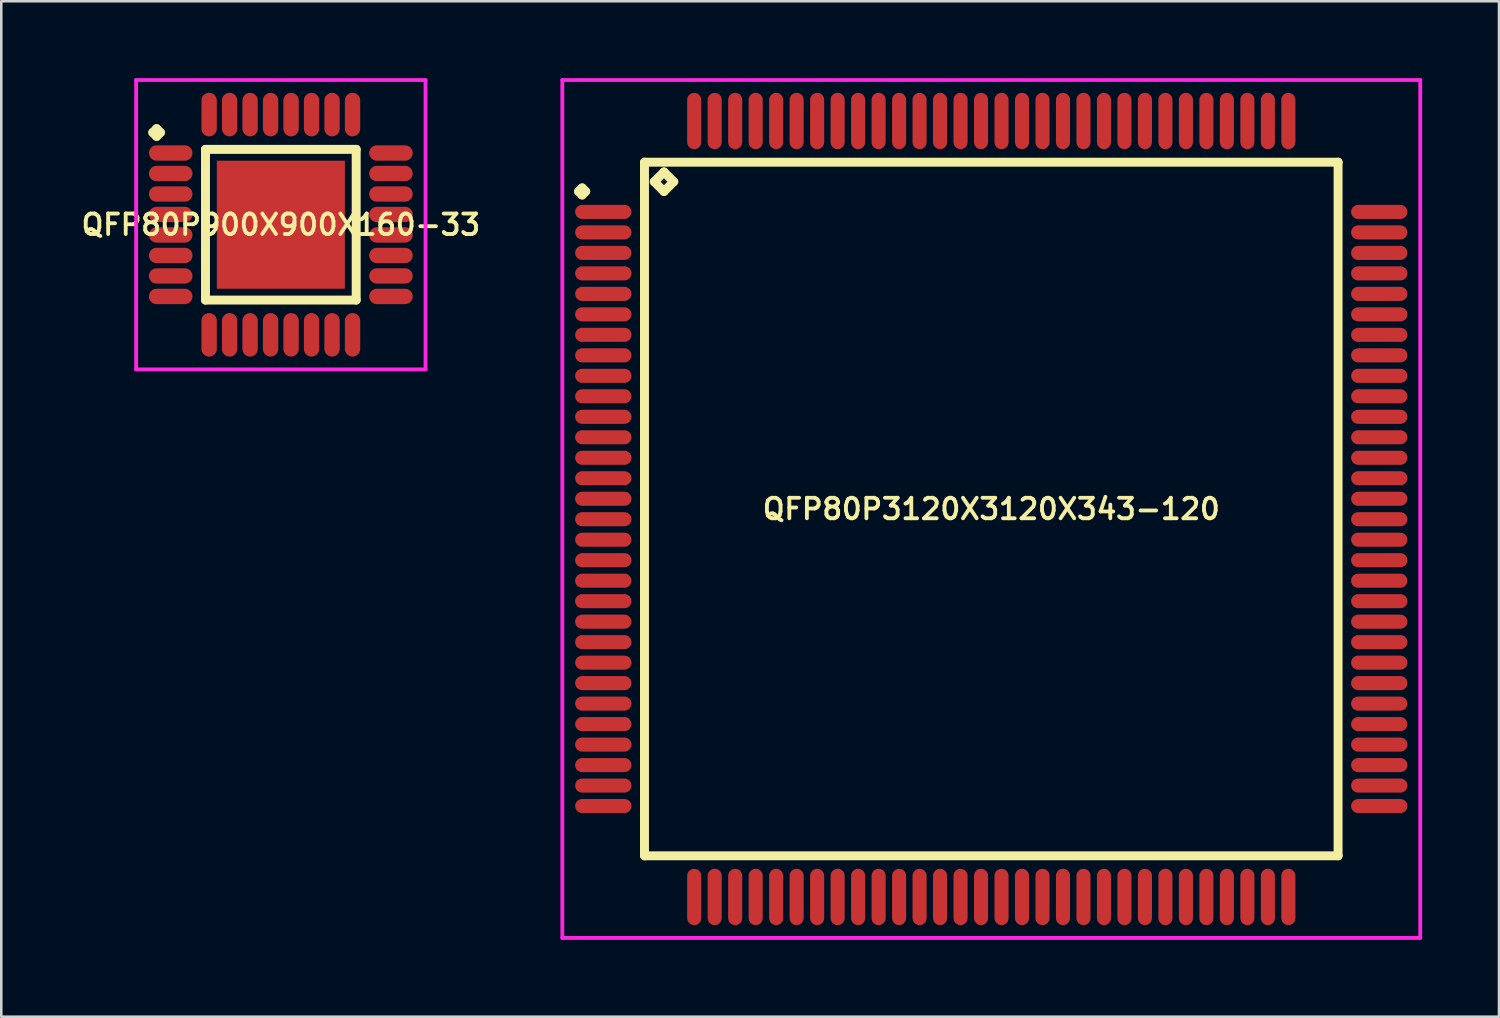
<source format=kicad_pcb>
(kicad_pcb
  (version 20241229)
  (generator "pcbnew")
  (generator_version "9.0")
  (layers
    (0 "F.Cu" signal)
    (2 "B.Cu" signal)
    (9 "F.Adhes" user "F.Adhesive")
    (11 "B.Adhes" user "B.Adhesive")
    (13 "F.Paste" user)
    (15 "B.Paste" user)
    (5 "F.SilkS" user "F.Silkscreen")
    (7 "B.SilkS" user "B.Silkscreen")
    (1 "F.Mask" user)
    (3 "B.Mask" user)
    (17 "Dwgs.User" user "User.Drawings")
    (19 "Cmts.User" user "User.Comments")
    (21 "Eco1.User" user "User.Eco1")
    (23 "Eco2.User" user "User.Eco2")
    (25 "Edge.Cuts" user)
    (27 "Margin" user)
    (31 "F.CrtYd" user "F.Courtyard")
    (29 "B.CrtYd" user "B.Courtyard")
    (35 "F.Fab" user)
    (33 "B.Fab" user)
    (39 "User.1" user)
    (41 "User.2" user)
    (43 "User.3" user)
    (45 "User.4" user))
  (footprint "QFP80P3120X3120X343-120"
    (layer "F.Cu")
    (at 35.658 16.825)
    (property "Reference" "QFP80P3120X3120X343-120" (at 0 0 0) (layer "F.SilkS") (effects (font (size 0.8 0.8) (thickness 0.15))))
    (attr smd)
    (fp_line (start -16.113 -12.4) (end -15.975 -12.537) (stroke (width 0.35) (type solid)) (layer "F.SilkS"))
    (fp_line (start -15.975 -12.537) (end -15.838 -12.4) (stroke (width 0.35) (type solid)) (layer "F.SilkS"))
    (fp_line (start -15.975 -12.262) (end -16.113 -12.4) (stroke (width 0.35) (type solid)) (layer "F.SilkS"))
    (fp_line (start -15.838 -12.4) (end -15.975 -12.262) (stroke (width 0.35) (type solid)) (layer "F.SilkS"))
    (fp_line (start -13.542 -13.542) (end -13.542 13.542) (stroke (width 0.35) (type solid)) (layer "F.SilkS"))
    (fp_line (start -13.542 13.542) (end 13.542 13.542) (stroke (width 0.35) (type solid)) (layer "F.SilkS"))
    (fp_line (start -13.161 -12.78) (end -12.78 -13.161) (stroke (width 0.35) (type solid)) (layer "F.SilkS"))
    (fp_line (start -12.78 -13.161) (end -12.399 -12.78) (stroke (width 0.35) (type solid)) (layer "F.SilkS"))
    (fp_line (start -12.78 -12.399) (end -13.161 -12.78) (stroke (width 0.35) (type solid)) (layer "F.SilkS"))
    (fp_line (start -12.399 -12.78) (end -12.78 -12.399) (stroke (width 0.35) (type solid)) (layer "F.SilkS"))
    (fp_line (start 13.542 -13.542) (end -13.542 -13.542) (stroke (width 0.35) (type solid)) (layer "F.SilkS"))
    (fp_line (start 13.542 13.542) (end 13.542 -13.542) (stroke (width 0.35) (type solid)) (layer "F.SilkS"))
    (fp_line (start -16.75 -16.75) (end 16.75 -16.75) (stroke (width 0.15) (type solid)) (layer "F.CrtYd"))
    (fp_line (start -16.75 16.75) (end -16.75 -16.75) (stroke (width 0.15) (type solid)) (layer "F.CrtYd"))
    (fp_line (start 16.75 -16.75) (end 16.75 16.75) (stroke (width 0.15) (type solid)) (layer "F.CrtYd"))
    (fp_line (start 16.75 16.75) (end -16.75 16.75) (stroke (width 0.15) (type solid)) (layer "F.CrtYd"))
    (pad "1" smd oval (at -15.15 -11.6) (size 2.2 0.55) (layers "F.Cu" "F.Mask" "F.Paste"))
    (pad "2" smd oval (at -15.15 -10.8) (size 2.2 0.55) (layers "F.Cu" "F.Mask" "F.Paste"))
    (pad "3" smd oval (at -15.15 -10) (size 2.2 0.55) (layers "F.Cu" "F.Mask" "F.Paste"))
    (pad "4" smd oval (at -15.15 -9.2) (size 2.2 0.55) (layers "F.Cu" "F.Mask" "F.Paste"))
    (pad "5" smd oval (at -15.15 -8.4) (size 2.2 0.55) (layers "F.Cu" "F.Mask" "F.Paste"))
    (pad "6" smd oval (at -15.15 -7.6) (size 2.2 0.55) (layers "F.Cu" "F.Mask" "F.Paste"))
    (pad "7" smd oval (at -15.15 -6.8) (size 2.2 0.55) (layers "F.Cu" "F.Mask" "F.Paste"))
    (pad "8" smd oval (at -15.15 -6) (size 2.2 0.55) (layers "F.Cu" "F.Mask" "F.Paste"))
    (pad "9" smd oval (at -15.15 -5.2) (size 2.2 0.55) (layers "F.Cu" "F.Mask" "F.Paste"))
    (pad "10" smd oval (at -15.15 -4.4) (size 2.2 0.55) (layers "F.Cu" "F.Mask" "F.Paste"))
    (pad "11" smd oval (at -15.15 -3.6) (size 2.2 0.55) (layers "F.Cu" "F.Mask" "F.Paste"))
    (pad "12" smd oval (at -15.15 -2.8) (size 2.2 0.55) (layers "F.Cu" "F.Mask" "F.Paste"))
    (pad "13" smd oval (at -15.15 -2) (size 2.2 0.55) (layers "F.Cu" "F.Mask" "F.Paste"))
    (pad "14" smd oval (at -15.15 -1.2) (size 2.2 0.55) (layers "F.Cu" "F.Mask" "F.Paste"))
    (pad "15" smd oval (at -15.15 -0.4) (size 2.2 0.55) (layers "F.Cu" "F.Mask" "F.Paste"))
    (pad "16" smd oval (at -15.15 0.4) (size 2.2 0.55) (layers "F.Cu" "F.Mask" "F.Paste"))
    (pad "17" smd oval (at -15.15 1.2) (size 2.2 0.55) (layers "F.Cu" "F.Mask" "F.Paste"))
    (pad "18" smd oval (at -15.15 2) (size 2.2 0.55) (layers "F.Cu" "F.Mask" "F.Paste"))
    (pad "19" smd oval (at -15.15 2.8) (size 2.2 0.55) (layers "F.Cu" "F.Mask" "F.Paste"))
    (pad "20" smd oval (at -15.15 3.6) (size 2.2 0.55) (layers "F.Cu" "F.Mask" "F.Paste"))
    (pad "21" smd oval (at -15.15 4.4) (size 2.2 0.55) (layers "F.Cu" "F.Mask" "F.Paste"))
    (pad "22" smd oval (at -15.15 5.2) (size 2.2 0.55) (layers "F.Cu" "F.Mask" "F.Paste"))
    (pad "23" smd oval (at -15.15 6) (size 2.2 0.55) (layers "F.Cu" "F.Mask" "F.Paste"))
    (pad "24" smd oval (at -15.15 6.8) (size 2.2 0.55) (layers "F.Cu" "F.Mask" "F.Paste"))
    (pad "25" smd oval (at -15.15 7.6) (size 2.2 0.55) (layers "F.Cu" "F.Mask" "F.Paste"))
    (pad "26" smd oval (at -15.15 8.4) (size 2.2 0.55) (layers "F.Cu" "F.Mask" "F.Paste"))
    (pad "27" smd oval (at -15.15 9.2) (size 2.2 0.55) (layers "F.Cu" "F.Mask" "F.Paste"))
    (pad "28" smd oval (at -15.15 10) (size 2.2 0.55) (layers "F.Cu" "F.Mask" "F.Paste"))
    (pad "29" smd oval (at -15.15 10.8) (size 2.2 0.55) (layers "F.Cu" "F.Mask" "F.Paste"))
    (pad "30" smd oval (at -15.15 11.6) (size 2.2 0.55) (layers "F.Cu" "F.Mask" "F.Paste"))
    (pad "31" smd oval (at -11.6 15.15) (size 0.55 2.2) (layers "F.Cu" "F.Mask" "F.Paste"))
    (pad "32" smd oval (at -10.8 15.15) (size 0.55 2.2) (layers "F.Cu" "F.Mask" "F.Paste"))
    (pad "33" smd oval (at -10 15.15) (size 0.55 2.2) (layers "F.Cu" "F.Mask" "F.Paste"))
    (pad "34" smd oval (at -9.2 15.15) (size 0.55 2.2) (layers "F.Cu" "F.Mask" "F.Paste"))
    (pad "35" smd oval (at -8.4 15.15) (size 0.55 2.2) (layers "F.Cu" "F.Mask" "F.Paste"))
    (pad "36" smd oval (at -7.6 15.15) (size 0.55 2.2) (layers "F.Cu" "F.Mask" "F.Paste"))
    (pad "37" smd oval (at -6.8 15.15) (size 0.55 2.2) (layers "F.Cu" "F.Mask" "F.Paste"))
    (pad "38" smd oval (at -6 15.15) (size 0.55 2.2) (layers "F.Cu" "F.Mask" "F.Paste"))
    (pad "39" smd oval (at -5.2 15.15) (size 0.55 2.2) (layers "F.Cu" "F.Mask" "F.Paste"))
    (pad "40" smd oval (at -4.4 15.15) (size 0.55 2.2) (layers "F.Cu" "F.Mask" "F.Paste"))
    (pad "41" smd oval (at -3.6 15.15) (size 0.55 2.2) (layers "F.Cu" "F.Mask" "F.Paste"))
    (pad "42" smd oval (at -2.8 15.15) (size 0.55 2.2) (layers "F.Cu" "F.Mask" "F.Paste"))
    (pad "43" smd oval (at -2 15.15) (size 0.55 2.2) (layers "F.Cu" "F.Mask" "F.Paste"))
    (pad "44" smd oval (at -1.2 15.15) (size 0.55 2.2) (layers "F.Cu" "F.Mask" "F.Paste"))
    (pad "45" smd oval (at -0.4 15.15) (size 0.55 2.2) (layers "F.Cu" "F.Mask" "F.Paste"))
    (pad "46" smd oval (at 0.4 15.15) (size 0.55 2.2) (layers "F.Cu" "F.Mask" "F.Paste"))
    (pad "47" smd oval (at 1.2 15.15) (size 0.55 2.2) (layers "F.Cu" "F.Mask" "F.Paste"))
    (pad "48" smd oval (at 2 15.15) (size 0.55 2.2) (layers "F.Cu" "F.Mask" "F.Paste"))
    (pad "49" smd oval (at 2.8 15.15) (size 0.55 2.2) (layers "F.Cu" "F.Mask" "F.Paste"))
    (pad "50" smd oval (at 3.6 15.15) (size 0.55 2.2) (layers "F.Cu" "F.Mask" "F.Paste"))
    (pad "51" smd oval (at 4.4 15.15) (size 0.55 2.2) (layers "F.Cu" "F.Mask" "F.Paste"))
    (pad "52" smd oval (at 5.2 15.15) (size 0.55 2.2) (layers "F.Cu" "F.Mask" "F.Paste"))
    (pad "53" smd oval (at 6 15.15) (size 0.55 2.2) (layers "F.Cu" "F.Mask" "F.Paste"))
    (pad "54" smd oval (at 6.8 15.15) (size 0.55 2.2) (layers "F.Cu" "F.Mask" "F.Paste"))
    (pad "55" smd oval (at 7.6 15.15) (size 0.55 2.2) (layers "F.Cu" "F.Mask" "F.Paste"))
    (pad "56" smd oval (at 8.4 15.15) (size 0.55 2.2) (layers "F.Cu" "F.Mask" "F.Paste"))
    (pad "57" smd oval (at 9.2 15.15) (size 0.55 2.2) (layers "F.Cu" "F.Mask" "F.Paste"))
    (pad "58" smd oval (at 10 15.15) (size 0.55 2.2) (layers "F.Cu" "F.Mask" "F.Paste"))
    (pad "59" smd oval (at 10.8 15.15) (size 0.55 2.2) (layers "F.Cu" "F.Mask" "F.Paste"))
    (pad "60" smd oval (at 11.6 15.15) (size 0.55 2.2) (layers "F.Cu" "F.Mask" "F.Paste"))
    (pad "61" smd oval (at 15.15 11.6) (size 2.2 0.55) (layers "F.Cu" "F.Mask" "F.Paste"))
    (pad "62" smd oval (at 15.15 10.8) (size 2.2 0.55) (layers "F.Cu" "F.Mask" "F.Paste"))
    (pad "63" smd oval (at 15.15 10) (size 2.2 0.55) (layers "F.Cu" "F.Mask" "F.Paste"))
    (pad "64" smd oval (at 15.15 9.2) (size 2.2 0.55) (layers "F.Cu" "F.Mask" "F.Paste"))
    (pad "65" smd oval (at 15.15 8.4) (size 2.2 0.55) (layers "F.Cu" "F.Mask" "F.Paste"))
    (pad "66" smd oval (at 15.15 7.6) (size 2.2 0.55) (layers "F.Cu" "F.Mask" "F.Paste"))
    (pad "67" smd oval (at 15.15 6.8) (size 2.2 0.55) (layers "F.Cu" "F.Mask" "F.Paste"))
    (pad "68" smd oval (at 15.15 6) (size 2.2 0.55) (layers "F.Cu" "F.Mask" "F.Paste"))
    (pad "69" smd oval (at 15.15 5.2) (size 2.2 0.55) (layers "F.Cu" "F.Mask" "F.Paste"))
    (pad "70" smd oval (at 15.15 4.4) (size 2.2 0.55) (layers "F.Cu" "F.Mask" "F.Paste"))
    (pad "71" smd oval (at 15.15 3.6) (size 2.2 0.55) (layers "F.Cu" "F.Mask" "F.Paste"))
    (pad "72" smd oval (at 15.15 2.8) (size 2.2 0.55) (layers "F.Cu" "F.Mask" "F.Paste"))
    (pad "73" smd oval (at 15.15 2) (size 2.2 0.55) (layers "F.Cu" "F.Mask" "F.Paste"))
    (pad "74" smd oval (at 15.15 1.2) (size 2.2 0.55) (layers "F.Cu" "F.Mask" "F.Paste"))
    (pad "75" smd oval (at 15.15 0.4) (size 2.2 0.55) (layers "F.Cu" "F.Mask" "F.Paste"))
    (pad "76" smd oval (at 15.15 -0.4) (size 2.2 0.55) (layers "F.Cu" "F.Mask" "F.Paste"))
    (pad "77" smd oval (at 15.15 -1.2) (size 2.2 0.55) (layers "F.Cu" "F.Mask" "F.Paste"))
    (pad "78" smd oval (at 15.15 -2) (size 2.2 0.55) (layers "F.Cu" "F.Mask" "F.Paste"))
    (pad "79" smd oval (at 15.15 -2.8) (size 2.2 0.55) (layers "F.Cu" "F.Mask" "F.Paste"))
    (pad "80" smd oval (at 15.15 -3.6) (size 2.2 0.55) (layers "F.Cu" "F.Mask" "F.Paste"))
    (pad "81" smd oval (at 15.15 -4.4) (size 2.2 0.55) (layers "F.Cu" "F.Mask" "F.Paste"))
    (pad "82" smd oval (at 15.15 -5.2) (size 2.2 0.55) (layers "F.Cu" "F.Mask" "F.Paste"))
    (pad "83" smd oval (at 15.15 -6) (size 2.2 0.55) (layers "F.Cu" "F.Mask" "F.Paste"))
    (pad "84" smd oval (at 15.15 -6.8) (size 2.2 0.55) (layers "F.Cu" "F.Mask" "F.Paste"))
    (pad "85" smd oval (at 15.15 -7.6) (size 2.2 0.55) (layers "F.Cu" "F.Mask" "F.Paste"))
    (pad "86" smd oval (at 15.15 -8.4) (size 2.2 0.55) (layers "F.Cu" "F.Mask" "F.Paste"))
    (pad "87" smd oval (at 15.15 -9.2) (size 2.2 0.55) (layers "F.Cu" "F.Mask" "F.Paste"))
    (pad "88" smd oval (at 15.15 -10) (size 2.2 0.55) (layers "F.Cu" "F.Mask" "F.Paste"))
    (pad "89" smd oval (at 15.15 -10.8) (size 2.2 0.55) (layers "F.Cu" "F.Mask" "F.Paste"))
    (pad "90" smd oval (at 15.15 -11.6) (size 2.2 0.55) (layers "F.Cu" "F.Mask" "F.Paste"))
    (pad "91" smd oval (at 11.6 -15.15) (size 0.55 2.2) (layers "F.Cu" "F.Mask" "F.Paste"))
    (pad "92" smd oval (at 10.8 -15.15) (size 0.55 2.2) (layers "F.Cu" "F.Mask" "F.Paste"))
    (pad "93" smd oval (at 10 -15.15) (size 0.55 2.2) (layers "F.Cu" "F.Mask" "F.Paste"))
    (pad "94" smd oval (at 9.2 -15.15) (size 0.55 2.2) (layers "F.Cu" "F.Mask" "F.Paste"))
    (pad "95" smd oval (at 8.4 -15.15) (size 0.55 2.2) (layers "F.Cu" "F.Mask" "F.Paste"))
    (pad "96" smd oval (at 7.6 -15.15) (size 0.55 2.2) (layers "F.Cu" "F.Mask" "F.Paste"))
    (pad "97" smd oval (at 6.8 -15.15) (size 0.55 2.2) (layers "F.Cu" "F.Mask" "F.Paste"))
    (pad "98" smd oval (at 6 -15.15) (size 0.55 2.2) (layers "F.Cu" "F.Mask" "F.Paste"))
    (pad "99" smd oval (at 5.2 -15.15) (size 0.55 2.2) (layers "F.Cu" "F.Mask" "F.Paste"))
    (pad "100" smd oval (at 4.4 -15.15) (size 0.55 2.2) (layers "F.Cu" "F.Mask" "F.Paste"))
    (pad "101" smd oval (at 3.6 -15.15) (size 0.55 2.2) (layers "F.Cu" "F.Mask" "F.Paste"))
    (pad "102" smd oval (at 2.8 -15.15) (size 0.55 2.2) (layers "F.Cu" "F.Mask" "F.Paste"))
    (pad "103" smd oval (at 2 -15.15) (size 0.55 2.2) (layers "F.Cu" "F.Mask" "F.Paste"))
    (pad "104" smd oval (at 1.2 -15.15) (size 0.55 2.2) (layers "F.Cu" "F.Mask" "F.Paste"))
    (pad "105" smd oval (at 0.4 -15.15) (size 0.55 2.2) (layers "F.Cu" "F.Mask" "F.Paste"))
    (pad "106" smd oval (at -0.4 -15.15) (size 0.55 2.2) (layers "F.Cu" "F.Mask" "F.Paste"))
    (pad "107" smd oval (at -1.2 -15.15) (size 0.55 2.2) (layers "F.Cu" "F.Mask" "F.Paste"))
    (pad "108" smd oval (at -2 -15.15) (size 0.55 2.2) (layers "F.Cu" "F.Mask" "F.Paste"))
    (pad "109" smd oval (at -2.8 -15.15) (size 0.55 2.2) (layers "F.Cu" "F.Mask" "F.Paste"))
    (pad "110" smd oval (at -3.6 -15.15) (size 0.55 2.2) (layers "F.Cu" "F.Mask" "F.Paste"))
    (pad "111" smd oval (at -4.4 -15.15) (size 0.55 2.2) (layers "F.Cu" "F.Mask" "F.Paste"))
    (pad "112" smd oval (at -5.2 -15.15) (size 0.55 2.2) (layers "F.Cu" "F.Mask" "F.Paste"))
    (pad "113" smd oval (at -6 -15.15) (size 0.55 2.2) (layers "F.Cu" "F.Mask" "F.Paste"))
    (pad "114" smd oval (at -6.8 -15.15) (size 0.55 2.2) (layers "F.Cu" "F.Mask" "F.Paste"))
    (pad "115" smd oval (at -7.6 -15.15) (size 0.55 2.2) (layers "F.Cu" "F.Mask" "F.Paste"))
    (pad "116" smd oval (at -8.4 -15.15) (size 0.55 2.2) (layers "F.Cu" "F.Mask" "F.Paste"))
    (pad "117" smd oval (at -9.2 -15.15) (size 0.55 2.2) (layers "F.Cu" "F.Mask" "F.Paste"))
    (pad "118" smd oval (at -10 -15.15) (size 0.55 2.2) (layers "F.Cu" "F.Mask" "F.Paste"))
    (pad "119" smd oval (at -10.8 -15.15) (size 0.55 2.2) (layers "F.Cu" "F.Mask" "F.Paste"))
    (pad "120" smd oval (at -11.6 -15.15) (size 0.55 2.2) (layers "F.Cu" "F.Mask" "F.Paste")))
  (footprint "QFP80P900X900X160-33"
    (layer "F.Cu")
    (at 7.916 5.725)
    (property "Reference" "QFP80P900X900X160-33" (at 0 0 0) (layer "F.SilkS") (effects (font (size 0.8 0.8) (thickness 0.15))))
    (attr smd)
    (fp_line (start -5 -3.6) (end -4.85 -3.75) (stroke (width 0.35) (type solid)) (layer "F.SilkS"))
    (fp_line (start -4.85 -3.75) (end -4.7 -3.6) (stroke (width 0.35) (type solid)) (layer "F.SilkS"))
    (fp_line (start -4.85 -3.45) (end -5 -3.6) (stroke (width 0.35) (type solid)) (layer "F.SilkS"))
    (fp_line (start -4.7 -3.6) (end -4.85 -3.45) (stroke (width 0.35) (type solid)) (layer "F.SilkS"))
    (fp_line (start -2.942 -2.942) (end -2.942 2.942) (stroke (width 0.35) (type solid)) (layer "F.SilkS"))
    (fp_line (start -2.942 2.942) (end 2.942 2.942) (stroke (width 0.35) (type solid)) (layer "F.SilkS"))
    (fp_line (start 2.942 -2.942) (end -2.942 -2.942) (stroke (width 0.35) (type solid)) (layer "F.SilkS"))
    (fp_line (start 2.942 2.942) (end 2.942 -2.942) (stroke (width 0.35) (type solid)) (layer "F.SilkS"))
    (fp_line (start -5.65 -5.65) (end 5.65 -5.65) (stroke (width 0.15) (type solid)) (layer "F.CrtYd"))
    (fp_line (start -5.65 5.65) (end -5.65 -5.65) (stroke (width 0.15) (type solid)) (layer "F.CrtYd"))
    (fp_line (start 5.65 -5.65) (end 5.65 5.65) (stroke (width 0.15) (type solid)) (layer "F.CrtYd"))
    (fp_line (start 5.65 5.65) (end -5.65 5.65) (stroke (width 0.15) (type solid)) (layer "F.CrtYd"))
    (pad "1" smd oval (at -4.3 -2.8) (size 1.7 0.6) (layers "F.Cu" "F.Mask" "F.Paste"))
    (pad "2" smd oval (at -4.3 -2) (size 1.7 0.6) (layers "F.Cu" "F.Mask" "F.Paste"))
    (pad "3" smd oval (at -4.3 -1.2) (size 1.7 0.6) (layers "F.Cu" "F.Mask" "F.Paste"))
    (pad "4" smd oval (at -4.3 -0.4) (size 1.7 0.6) (layers "F.Cu" "F.Mask" "F.Paste"))
    (pad "5" smd oval (at -4.3 0.4) (size 1.7 0.6) (layers "F.Cu" "F.Mask" "F.Paste"))
    (pad "6" smd oval (at -4.3 1.2) (size 1.7 0.6) (layers "F.Cu" "F.Mask" "F.Paste"))
    (pad "7" smd oval (at -4.3 2) (size 1.7 0.6) (layers "F.Cu" "F.Mask" "F.Paste"))
    (pad "8" smd oval (at -4.3 2.8) (size 1.7 0.6) (layers "F.Cu" "F.Mask" "F.Paste"))
    (pad "9" smd oval (at -2.8 4.3) (size 0.6 1.7) (layers "F.Cu" "F.Mask" "F.Paste"))
    (pad "10" smd oval (at -2 4.3) (size 0.6 1.7) (layers "F.Cu" "F.Mask" "F.Paste"))
    (pad "11" smd oval (at -1.2 4.3) (size 0.6 1.7) (layers "F.Cu" "F.Mask" "F.Paste"))
    (pad "12" smd oval (at -0.4 4.3) (size 0.6 1.7) (layers "F.Cu" "F.Mask" "F.Paste"))
    (pad "13" smd oval (at 0.4 4.3) (size 0.6 1.7) (layers "F.Cu" "F.Mask" "F.Paste"))
    (pad "14" smd oval (at 1.2 4.3) (size 0.6 1.7) (layers "F.Cu" "F.Mask" "F.Paste"))
    (pad "15" smd oval (at 2 4.3) (size 0.6 1.7) (layers "F.Cu" "F.Mask" "F.Paste"))
    (pad "16" smd oval (at 2.8 4.3) (size 0.6 1.7) (layers "F.Cu" "F.Mask" "F.Paste"))
    (pad "17" smd oval (at 4.3 2.8) (size 1.7 0.6) (layers "F.Cu" "F.Mask" "F.Paste"))
    (pad "18" smd oval (at 4.3 2) (size 1.7 0.6) (layers "F.Cu" "F.Mask" "F.Paste"))
    (pad "19" smd oval (at 4.3 1.2) (size 1.7 0.6) (layers "F.Cu" "F.Mask" "F.Paste"))
    (pad "20" smd oval (at 4.3 0.4) (size 1.7 0.6) (layers "F.Cu" "F.Mask" "F.Paste"))
    (pad "21" smd oval (at 4.3 -0.4) (size 1.7 0.6) (layers "F.Cu" "F.Mask" "F.Paste"))
    (pad "22" smd oval (at 4.3 -1.2) (size 1.7 0.6) (layers "F.Cu" "F.Mask" "F.Paste"))
    (pad "23" smd oval (at 4.3 -2) (size 1.7 0.6) (layers "F.Cu" "F.Mask" "F.Paste"))
    (pad "24" smd oval (at 4.3 -2.8) (size 1.7 0.6) (layers "F.Cu" "F.Mask" "F.Paste"))
    (pad "25" smd oval (at 2.8 -4.3) (size 0.6 1.7) (layers "F.Cu" "F.Mask" "F.Paste"))
    (pad "26" smd oval (at 2 -4.3) (size 0.6 1.7) (layers "F.Cu" "F.Mask" "F.Paste"))
    (pad "27" smd oval (at 1.2 -4.3) (size 0.6 1.7) (layers "F.Cu" "F.Mask" "F.Paste"))
    (pad "28" smd oval (at 0.4 -4.3) (size 0.6 1.7) (layers "F.Cu" "F.Mask" "F.Paste"))
    (pad "29" smd oval (at -0.4 -4.3) (size 0.6 1.7) (layers "F.Cu" "F.Mask" "F.Paste"))
    (pad "30" smd oval (at -1.2 -4.3) (size 0.6 1.7) (layers "F.Cu" "F.Mask" "F.Paste"))
    (pad "31" smd oval (at -2 -4.3) (size 0.6 1.7) (layers "F.Cu" "F.Mask" "F.Paste"))
    (pad "32" smd oval (at -2.8 -4.3) (size 0.6 1.7) (layers "F.Cu" "F.Mask" "F.Paste"))
    (pad "33" smd rect (at 0 0) (size 5 5) (layers "F.Cu" "F.Mask" "F.Paste")))
  (gr_rect
    (start -3 -3)
    (end 55.483 36.65)
    (stroke (width 0.1) (type default))
    (fill no)
    (layer "Edge.Cuts")))
</source>
